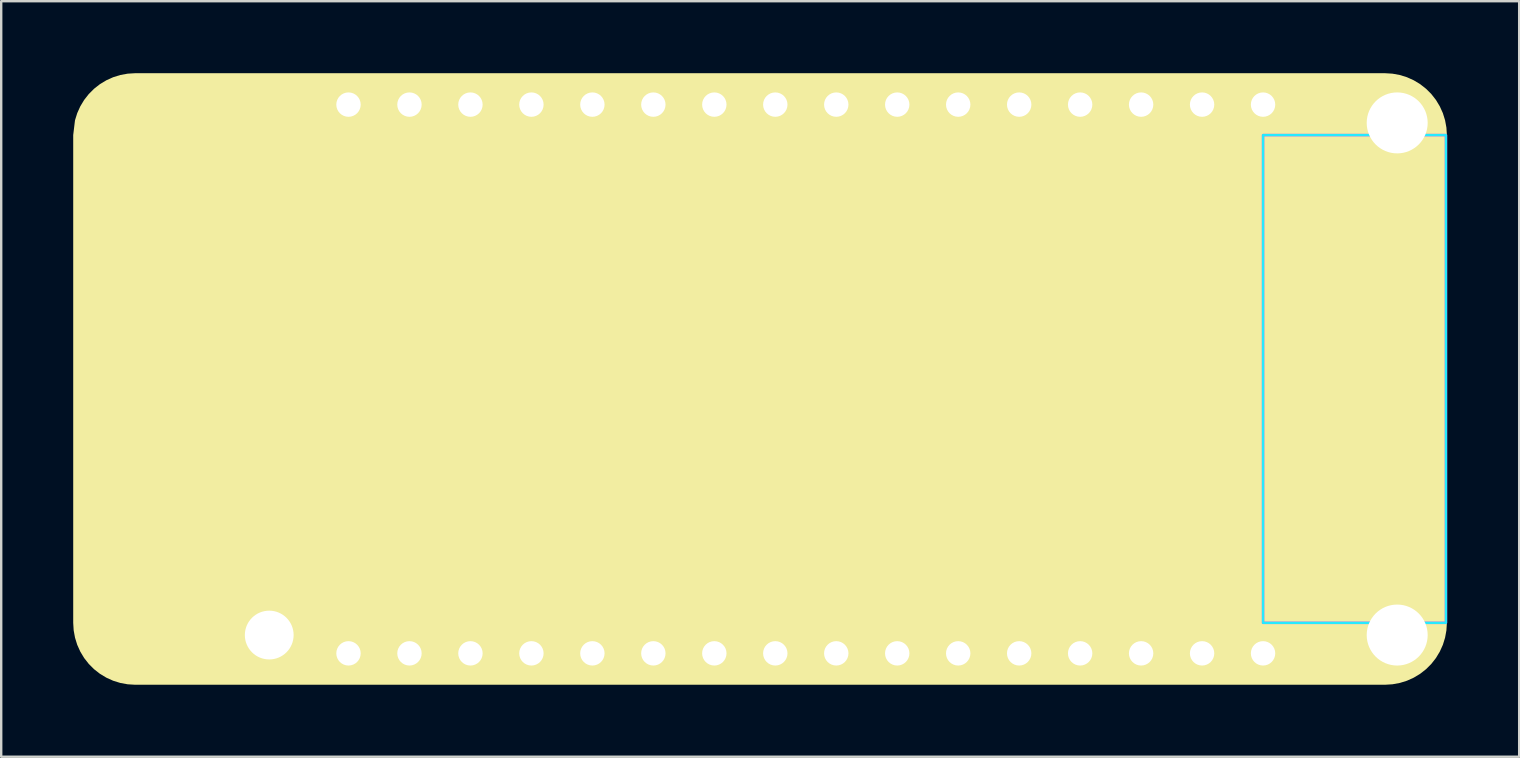
<source format=kicad_pcb>
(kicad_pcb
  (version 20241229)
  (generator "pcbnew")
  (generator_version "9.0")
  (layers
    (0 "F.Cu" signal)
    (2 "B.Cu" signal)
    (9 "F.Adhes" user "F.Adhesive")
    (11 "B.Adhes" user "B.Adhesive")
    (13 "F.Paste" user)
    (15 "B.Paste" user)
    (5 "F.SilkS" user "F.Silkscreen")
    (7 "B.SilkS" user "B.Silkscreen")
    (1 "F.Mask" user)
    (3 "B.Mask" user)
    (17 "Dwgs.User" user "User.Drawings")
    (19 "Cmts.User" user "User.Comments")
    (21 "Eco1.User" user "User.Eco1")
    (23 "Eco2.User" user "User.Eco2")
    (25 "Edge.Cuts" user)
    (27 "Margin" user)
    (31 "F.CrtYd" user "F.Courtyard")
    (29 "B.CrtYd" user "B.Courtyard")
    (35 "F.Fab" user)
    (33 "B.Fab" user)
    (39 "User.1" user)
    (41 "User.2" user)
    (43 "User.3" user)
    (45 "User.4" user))
  (footprint "LOLIN-D32"
    (layer "F.Cu")
    (at 29.248 14.008)
    (property "Reference" "LOLIN-D32" (at 0 0 0) (layer "F.SilkS") (effects (font (size 1.27 1.27) (thickness 0.15))))
    (fp_poly (pts (xy 25.711 -13.989) (xy 26.017 -13.933) (xy 26.314 -13.841) (xy 26.598 -13.713) (xy 26.865 -13.552) (xy 27.11 -13.36) (xy 27.33 -13.14) (xy 27.522 -12.895) (xy 27.683 -12.628) (xy 27.811 -12.344) (xy 27.903 -12.047) (xy 27.959 -11.741) (xy 27.978 -11.431) (xy 27.978 8.891) (xy 27.959 9.201) (xy 27.903 9.507) (xy 27.811 9.804) (xy 27.683 10.088) (xy 27.522 10.355) (xy 27.33 10.6) (xy 27.11 10.82) (xy 26.865 11.012) (xy 26.598 11.173) (xy 26.314 11.301) (xy 26.017 11.393) (xy 25.711 11.449) (xy 25.401 11.468) (xy -26.671 11.468) (xy -26.981 11.449) (xy -27.287 11.393) (xy -27.584 11.301) (xy -27.868 11.173) (xy -28.135 11.012) (xy -28.38 10.82) (xy -28.6 10.6) (xy -28.792 10.355) (xy -28.953 10.088) (xy -29.081 9.804) (xy -29.173 9.507) (xy -29.229 9.201) (xy -29.248 8.891) (xy -29.248 -11.432) (xy -29.174 -12.046) (xy -29.081 -12.344) (xy -28.953 -12.628) (xy -28.792 -12.895) (xy -28.6 -13.14) (xy -28.38 -13.36) (xy -28.135 -13.552) (xy -27.868 -13.713) (xy -27.584 -13.841) (xy -27.287 -13.933) (xy -26.981 -13.989) (xy -26.671 -14.008) (xy 25.401 -14.008)) (stroke (width 0) (type default)) (fill yes) (layer "F.SilkS"))
    (fp_poly (pts (xy 20.32 8.89) (xy 27.94 8.89) (xy 27.94 -11.43) (xy 20.32 -11.43)) (stroke (width 0.1) (type default)) (fill no) (layer "B.CrtYd"))
    (fp_poly (pts (xy 20.32 8.89) (xy 27.94 8.89) (xy 27.94 -11.43) (xy 20.32 -11.43)) (stroke (width 0.1) (type default)) (fill no) (layer "F.CrtYd"))
    (fp_text user "LOLIN D32" (at -20.32 0 0) (unlocked yes) (layer "F.SilkS") (effects (font (size 2.337 2.337) (thickness 0.203)) (justify left bottom)))
    (pad "" np_thru_hole circle (at 25.908 -11.938) (size 2.54 2.54) (drill 2.54) (layers "*.Cu" "*.Mask"))
    (pad "" np_thru_hole circle (at 25.908 9.398) (size 2.54 2.54) (drill 2.54) (layers "*.Cu" "*.Mask"))
    (pad "0" thru_hole circle (at -10.16 10.16) (size 1.778 1.778) (drill 1.016) (layers "*.Cu" "*.Mask"))
    (pad "2" thru_hole circle (at -12.7 10.16) (size 1.778 1.778) (drill 1.016) (layers "*.Cu" "*.Mask"))
    (pad "3V3" thru_hole circle (at 20.32 -12.7) (size 1.778 1.778) (drill 1.016) (layers "*.Cu" "*.Mask"))
    (pad "4" thru_hole circle (at -7.62 10.16) (size 1.778 1.778) (drill 1.016) (layers "*.Cu" "*.Mask"))
    (pad "5" thru_hole circle (at 0 10.16) (size 1.778 1.778) (drill 1.016) (layers "*.Cu" "*.Mask"))
    (pad "12" thru_hole circle (at -7.62 -12.7) (size 1.778 1.778) (drill 1.016) (layers "*.Cu" "*.Mask"))
    (pad "13" thru_hole circle (at -10.16 -12.7) (size 1.778 1.778) (drill 1.016) (layers "*.Cu" "*.Mask"))
    (pad "14" thru_hole circle (at -5.08 -12.7) (size 1.778 1.778) (drill 1.016) (layers "*.Cu" "*.Mask"))
    (pad "15" thru_hole circle (at -15.24 10.16) (size 1.778 1.778) (drill 1.016) (layers "*.Cu" "*.Mask"))
    (pad "16" thru_hole circle (at -5.08 10.16) (size 1.778 1.778) (drill 1.016) (layers "*.Cu" "*.Mask"))
    (pad "17" thru_hole circle (at -2.54 10.16) (size 1.778 1.778) (drill 1.016) (layers "*.Cu" "*.Mask"))
    (pad "18" thru_hole circle (at 2.54 10.16) (size 1.778 1.778) (drill 1.016) (layers "*.Cu" "*.Mask"))
    (pad "19" thru_hole circle (at 5.08 10.16) (size 1.778 1.778) (drill 1.016) (layers "*.Cu" "*.Mask"))
    (pad "21" thru_hole circle (at 7.62 10.16) (size 1.778 1.778) (drill 1.016) (layers "*.Cu" "*.Mask"))
    (pad "22" thru_hole circle (at 15.24 10.16) (size 1.778 1.778) (drill 1.016) (layers "*.Cu" "*.Mask"))
    (pad "23" thru_hole circle (at 17.78 10.16) (size 1.778 1.778) (drill 1.016) (layers "*.Cu" "*.Mask"))
    (pad "25" thru_hole circle (at 2.54 -12.7) (size 1.778 1.778) (drill 1.016) (layers "*.Cu" "*.Mask"))
    (pad "26" thru_hole circle (at 0 -12.7) (size 1.778 1.778) (drill 1.016) (layers "*.Cu" "*.Mask"))
    (pad "27" thru_hole circle (at -2.54 -12.7) (size 1.778 1.778) (drill 1.016) (layers "*.Cu" "*.Mask"))
    (pad "32" thru_hole circle (at 7.62 -12.7) (size 1.778 1.778) (drill 1.016) (layers "*.Cu" "*.Mask"))
    (pad "33" thru_hole circle (at 5.08 -12.7) (size 1.778 1.778) (drill 1.016) (layers "*.Cu" "*.Mask"))
    (pad "34" thru_hole circle (at 10.16 -12.7) (size 1.778 1.778) (drill 1.016) (layers "*.Cu" "*.Mask"))
    (pad "BAT" thru_hole circle (at -17.78 -12.7) (size 1.778 1.778) (drill 1.016) (layers "*.Cu" "*.Mask"))
    (pad "EN" thru_hole circle (at -12.7 -12.7) (size 1.778 1.778) (drill 1.016) (layers "*.Cu" "*.Mask"))
    (pad "GND" thru_hole circle (at -17.78 10.16) (size 1.778 1.778) (drill 1.016) (layers "*.Cu" "*.Mask"))
    (pad "GND@1" thru_hole circle (at 20.32 10.16) (size 1.778 1.778) (drill 1.016) (layers "*.Cu" "*.Mask"))
    (pad "GND@2" thru_hole circle (at -21.082 9.398) (size 3.302 3.302) (drill 2.032) (layers "*.Cu" "*.Mask"))
    (pad "RS" thru_hole circle (at 17.78 -12.7) (size 1.778 1.778) (drill 1.016) (layers "*.Cu" "*.Mask"))
    (pad "RX" thru_hole circle (at 10.16 10.16) (size 1.778 1.778) (drill 1.016) (layers "*.Cu" "*.Mask"))
    (pad "TX" thru_hole circle (at 12.7 10.16) (size 1.778 1.778) (drill 1.016) (layers "*.Cu" "*.Mask"))
    (pad "USB_5V" thru_hole circle (at -15.24 -12.7) (size 1.778 1.778) (drill 1.016) (layers "*.Cu" "*.Mask"))
    (pad "VN" thru_hole circle (at 12.7 -12.7) (size 1.778 1.778) (drill 1.016) (layers "*.Cu" "*.Mask"))
    (pad "VP" thru_hole circle (at 15.24 -12.7) (size 1.778 1.778) (drill 1.016) (layers "*.Cu" "*.Mask")))
  (gr_rect
    (start -3 -3)
    (end 60.238 28.476)
    (stroke (width 0.1) (type default))
    (fill no)
    (layer "Edge.Cuts")))
</source>
